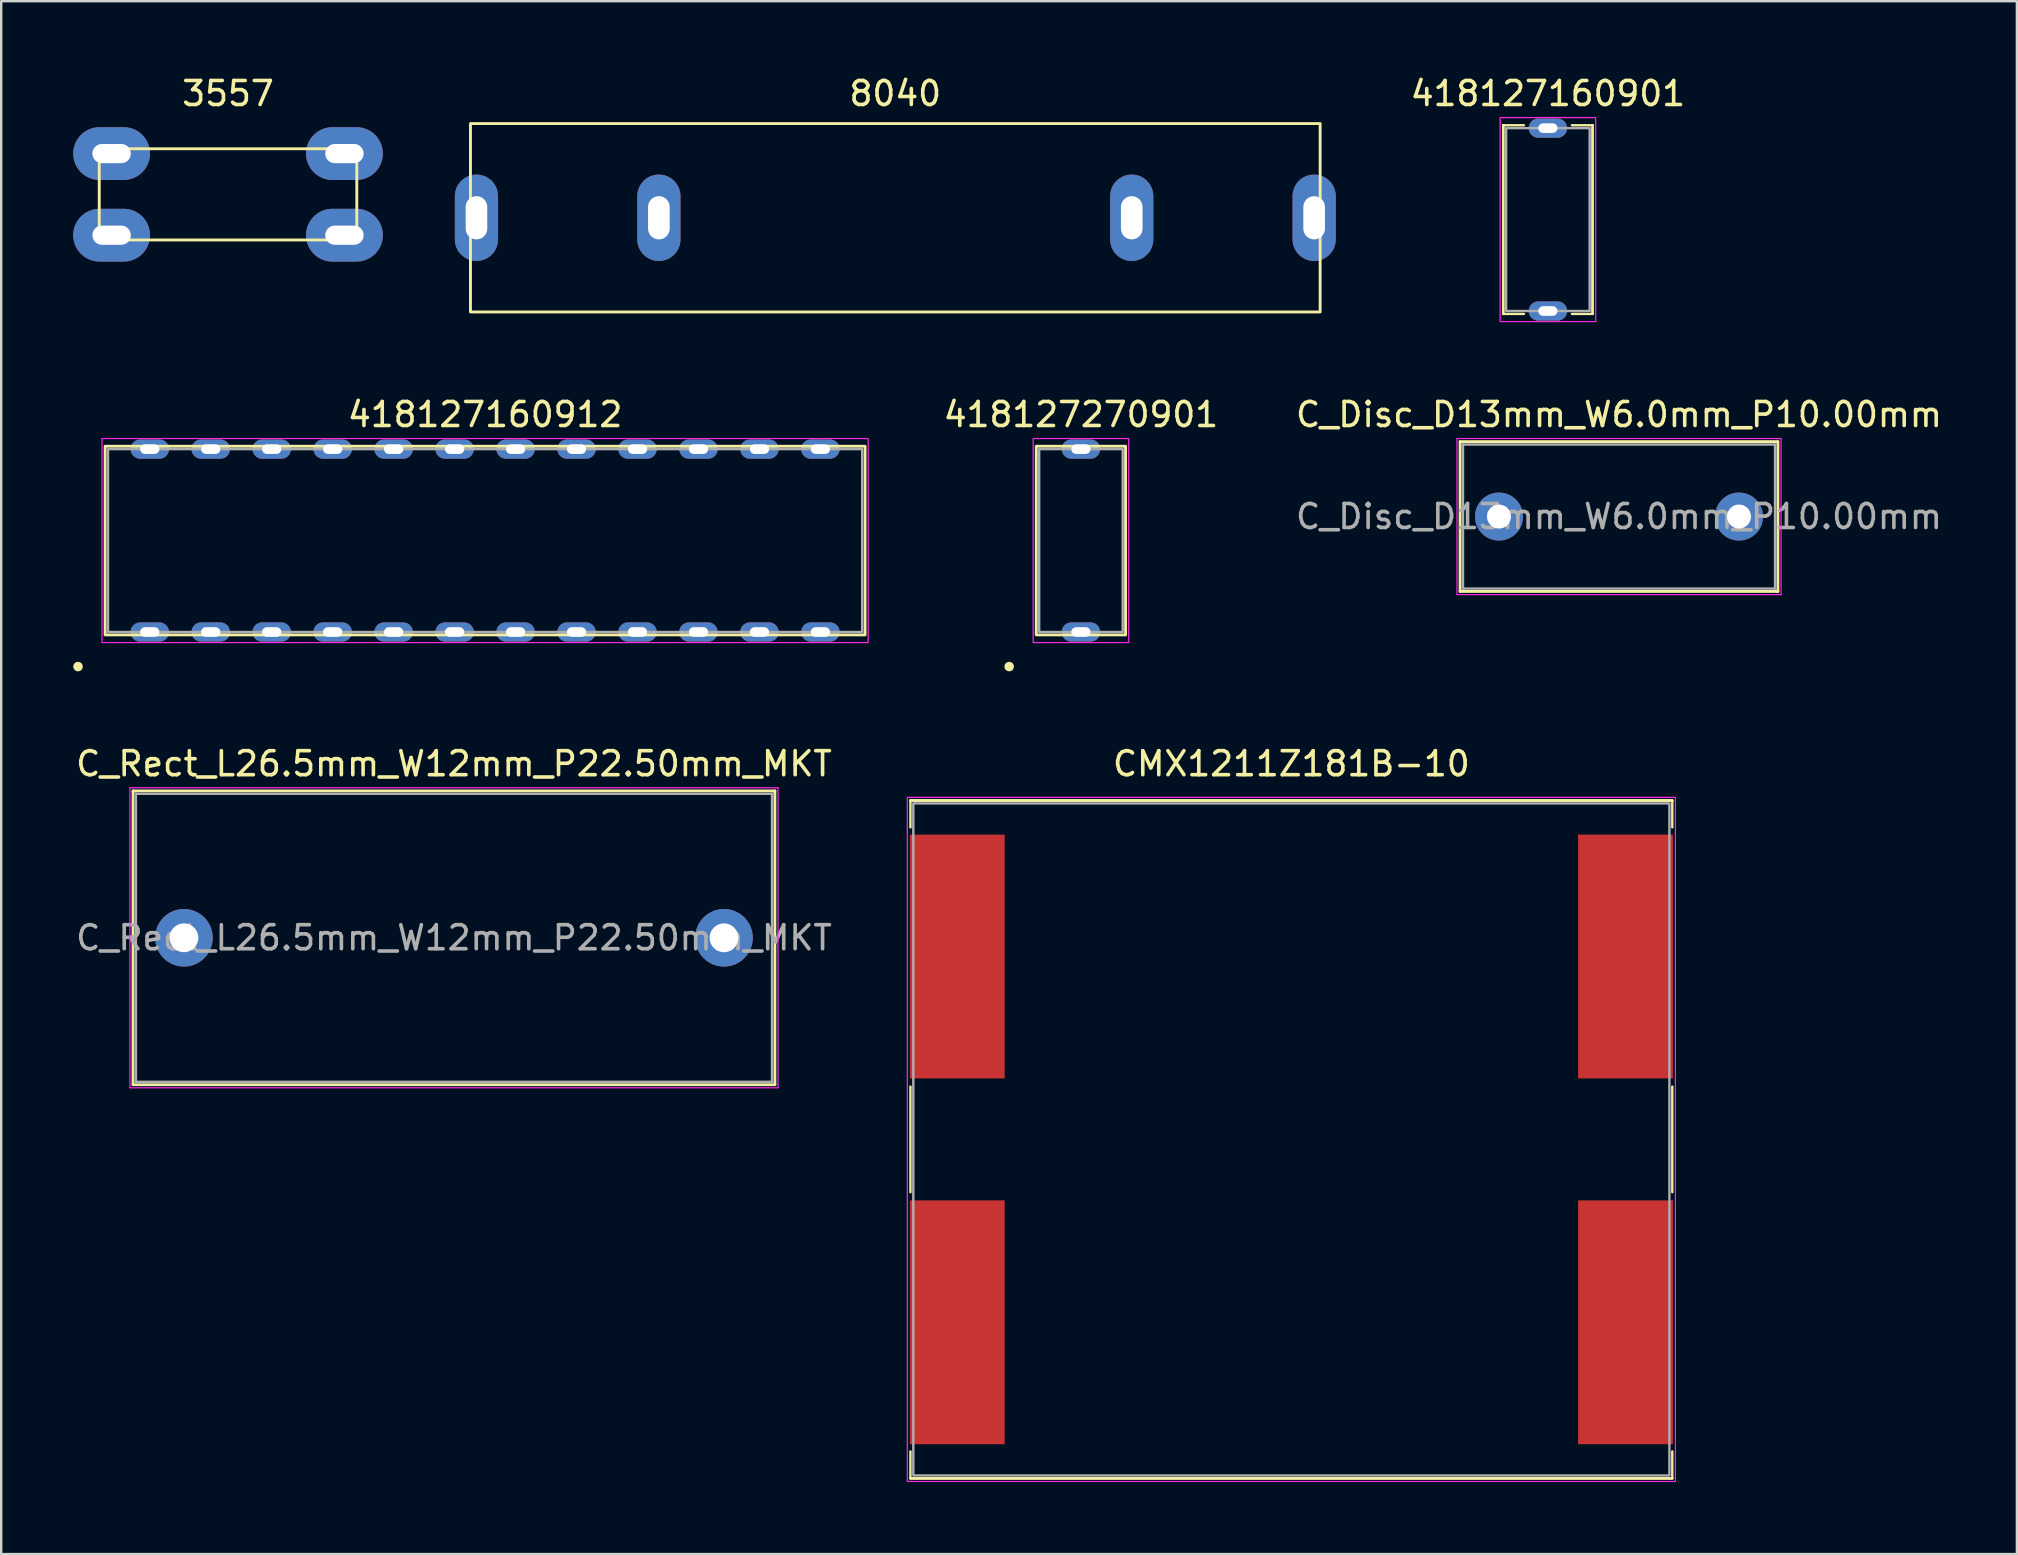
<source format=kicad_pcb>
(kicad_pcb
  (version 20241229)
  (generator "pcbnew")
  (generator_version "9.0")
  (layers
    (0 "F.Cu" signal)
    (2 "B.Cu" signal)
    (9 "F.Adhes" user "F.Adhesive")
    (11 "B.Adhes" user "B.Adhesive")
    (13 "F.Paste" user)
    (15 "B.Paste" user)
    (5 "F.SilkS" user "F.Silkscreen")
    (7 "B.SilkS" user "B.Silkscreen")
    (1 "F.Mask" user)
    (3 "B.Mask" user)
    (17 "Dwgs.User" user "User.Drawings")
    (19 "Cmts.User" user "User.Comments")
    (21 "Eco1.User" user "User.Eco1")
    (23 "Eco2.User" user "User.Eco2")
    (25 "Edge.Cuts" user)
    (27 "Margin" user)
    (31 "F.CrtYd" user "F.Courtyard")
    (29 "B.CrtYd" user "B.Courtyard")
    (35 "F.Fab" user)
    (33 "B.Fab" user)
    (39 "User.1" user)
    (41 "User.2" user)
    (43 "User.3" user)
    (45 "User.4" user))
  (footprint "C_Rect_L26.5mm_W12mm_P22.50mm_MKT"
    (layer "F.Cu")
    (at 15.863 36.02)
    (property "Reference" "C_Rect_L26.5mm_W12mm_P22.50mm_MKT" (at 0 -7.25 0) (layer "F.SilkS") (effects (font (size 1 1) (thickness 0.15))))
    (attr through_hole)
    (fp_line (start -13.37 -6.12) (end -13.37 6.12) (stroke (width 0.12) (type solid)) (layer "F.SilkS"))
    (fp_line (start -13.37 -6.12) (end 13.37 -6.12) (stroke (width 0.12) (type solid)) (layer "F.SilkS"))
    (fp_line (start -13.37 6.12) (end 13.37 6.12) (stroke (width 0.12) (type solid)) (layer "F.SilkS"))
    (fp_line (start 13.37 -6.12) (end 13.37 6.12) (stroke (width 0.12) (type solid)) (layer "F.SilkS"))
    (fp_line (start -13.5 -6.25) (end -13.5 6.25) (stroke (width 0.05) (type solid)) (layer "F.CrtYd"))
    (fp_line (start -13.5 6.25) (end 13.5 6.25) (stroke (width 0.05) (type solid)) (layer "F.CrtYd"))
    (fp_line (start 13.5 -6.25) (end -13.5 -6.25) (stroke (width 0.05) (type solid)) (layer "F.CrtYd"))
    (fp_line (start 13.5 6.25) (end 13.5 -6.25) (stroke (width 0.05) (type solid)) (layer "F.CrtYd"))
    (fp_line (start -13.25 -6) (end -13.25 6) (stroke (width 0.1) (type solid)) (layer "F.Fab"))
    (fp_line (start -13.25 6) (end 13.25 6) (stroke (width 0.1) (type solid)) (layer "F.Fab"))
    (fp_line (start 13.25 -6) (end -13.25 -6) (stroke (width 0.1) (type solid)) (layer "F.Fab"))
    (fp_line (start 13.25 6) (end 13.25 -6) (stroke (width 0.1) (type solid)) (layer "F.Fab"))
    (fp_text user "${REFERENCE}" (at 0 0 0) (layer "F.Fab") (effects (font (size 1 1) (thickness 0.15))))
    (pad "1" thru_hole circle (at -11.25 0) (size 2.4 2.4) (drill 1.2) (layers "*.Cu" "*.Mask"))
    (pad "2" thru_hole circle (at 11.25 0) (size 2.4 2.4) (drill 1.2) (layers "*.Cu" "*.Mask")))
  (footprint "CMX1211Z181B-10"
    (layer "F.Cu")
    (at 50.751 44.42)
    (property "Reference" "CMX1211Z181B-10" (at 0 -15.65 0) (unlocked yes) (layer "F.SilkS") (effects (font (size 1 1) (thickness 0.15))))
    (attr smd)
    (fp_line (start -15.87 -14.12) (end -15.87 -13) (stroke (width 0.1) (type solid)) (layer "F.SilkS"))
    (fp_line (start -15.87 -2.2) (end -15.87 2.2) (stroke (width 0.1) (type solid)) (layer "F.SilkS"))
    (fp_line (start -15.87 13) (end -15.87 14.12) (stroke (width 0.1) (type solid)) (layer "F.SilkS"))
    (fp_line (start -15.87 14.12) (end 15.87 14.12) (stroke (width 0.1) (type solid)) (layer "F.SilkS"))
    (fp_line (start -15.87 14.12) (end 15.87 14.12) (stroke (width 0.1) (type solid)) (layer "F.SilkS"))
    (fp_line (start -15.87 14.12) (end 15.87 14.12) (stroke (width 0.1) (type solid)) (layer "F.SilkS"))
    (fp_line (start 15.87 -14.12) (end -15.87 -14.12) (stroke (width 0.1) (type solid)) (layer "F.SilkS"))
    (fp_line (start 15.87 -14.12) (end -15.87 -14.12) (stroke (width 0.1) (type solid)) (layer "F.SilkS"))
    (fp_line (start 15.87 -14.12) (end -15.87 -14.12) (stroke (width 0.1) (type solid)) (layer "F.SilkS"))
    (fp_line (start 15.87 -13) (end 15.87 -14.12) (stroke (width 0.1) (type solid)) (layer "F.SilkS"))
    (fp_line (start 15.87 2.2) (end 15.87 -2.2) (stroke (width 0.1) (type solid)) (layer "F.SilkS"))
    (fp_line (start 15.87 14.12) (end 15.87 13) (stroke (width 0.1) (type solid)) (layer "F.SilkS"))
    (fp_rect (start 16 -14.25) (end -16 14.25) (stroke (width 0.05) (type solid)) (fill no) (layer "F.CrtYd"))
    (fp_rect (start -15.75 -14) (end 15.75 14) (stroke (width 0.1) (type solid)) (fill no) (layer "F.Fab"))
    (pad "1" smd rect (at -13.92 -7.62) (size 3.95 10.16) (layers "F.Cu" "F.Mask" "F.Paste"))
    (pad "2" smd rect (at 13.92 -7.62) (size 3.95 10.16) (layers "F.Cu" "F.Mask" "F.Paste"))
    (pad "3" smd rect (at 13.92 7.62) (size 3.95 10.16) (layers "F.Cu" "F.Mask" "F.Paste"))
    (pad "4" smd rect (at -13.92 7.62) (size 3.95 10.16) (layers "F.Cu" "F.Mask" "F.Paste")))
  (footprint "3557"
    (layer "F.Cu")
    (at 6.45 5.048)
    (property "Reference" "3557" (at 0 -4.2 0) (unlocked yes) (layer "F.SilkS") (effects (font (size 1 1) (thickness 0.15))))
    (attr through_hole)
    (fp_rect (start -5.365 -1.9) (end 5.365 1.9) (stroke (width 0.12) (type solid)) (fill no) (layer "F.SilkS"))
    (pad "1" thru_hole oval (at -4.85 -1.7) (size 3.2 2.2) (drill oval 1.6 0.8) (layers "*.Cu" "*.Mask"))
    (pad "1" thru_hole oval (at -4.85 1.7) (size 3.2 2.2) (drill oval 1.6 0.8) (layers "*.Cu" "*.Mask"))
    (pad "2" thru_hole oval (at 4.85 -1.7) (size 3.2 2.2) (drill oval 1.6 0.8) (layers "*.Cu" "*.Mask"))
    (pad "2" thru_hole oval (at 4.85 1.7) (size 3.2 2.2) (drill oval 1.6 0.8) (layers "*.Cu" "*.Mask")))
  (footprint "418127270901"
    (layer "F.Cu")
    (at 41.984 19.471)
    (property "Reference" "418127270901" (at 0 -5.25 0) (unlocked yes) (layer "F.SilkS") (effects (font (size 1 1) (thickness 0.15))))
    (attr through_hole)
    (fp_rect (start -1.86 -3.93) (end 1.86 3.93) (stroke (width 0.12) (type solid)) (fill no) (layer "F.SilkS"))
    (fp_circle (center -2.99 5.25) (end -2.89 5.25) (stroke (width 0.2) (type solid)) (fill no) (layer "F.SilkS"))
    (fp_rect (start -1.99 -4.25) (end 1.99 4.25) (stroke (width 0.05) (type solid)) (fill no) (layer "F.CrtYd"))
    (fp_rect (start -1.74 -3.81) (end 1.74 3.81) (stroke (width 0.1) (type solid)) (fill no) (layer "F.Fab"))
    (pad "1" thru_hole oval (at 0 3.81 180) (size 1.6 0.8) (drill oval 0.8 0.4) (layers "*.Cu" "*.Mask"))
    (pad "2" thru_hole oval (at 0 -3.81 180) (size 1.6 0.8) (drill oval 0.8 0.4) (layers "*.Cu" "*.Mask")))
  (footprint "418127160912"
    (layer "F.Cu")
    (at 17.16 19.471)
    (property "Reference" "418127160912" (at 0 -5.25 0) (unlocked yes) (layer "F.SilkS") (effects (font (size 1 1) (thickness 0.15))))
    (attr through_hole)
    (fp_rect (start -15.83 -3.93) (end 15.83 3.93) (stroke (width 0.12) (type solid)) (fill no) (layer "F.SilkS"))
    (fp_circle (center -16.96 5.25) (end -16.86 5.25) (stroke (width 0.2) (type solid)) (fill no) (layer "F.SilkS"))
    (fp_rect (start -15.96 -4.25) (end 15.96 4.25) (stroke (width 0.05) (type solid)) (fill no) (layer "F.CrtYd"))
    (fp_rect (start -15.71 -3.81) (end 15.71 3.81) (stroke (width 0.1) (type solid)) (fill no) (layer "F.Fab"))
    (pad "1" thru_hole oval (at -13.97 3.81 180) (size 1.6 0.8) (drill oval 0.8 0.4) (layers "*.Cu" "*.Mask"))
    (pad "2" thru_hole oval (at -11.43 3.81 180) (size 1.6 0.8) (drill oval 0.8 0.4) (layers "*.Cu" "*.Mask"))
    (pad "3" thru_hole oval (at -8.89 3.81 180) (size 1.6 0.8) (drill oval 0.8 0.4) (layers "*.Cu" "*.Mask"))
    (pad "4" thru_hole oval (at -6.35 3.81 180) (size 1.6 0.8) (drill oval 0.8 0.4) (layers "*.Cu" "*.Mask"))
    (pad "5" thru_hole oval (at -3.81 3.81 180) (size 1.6 0.8) (drill oval 0.8 0.4) (layers "*.Cu" "*.Mask"))
    (pad "6" thru_hole oval (at -1.27 3.81 180) (size 1.6 0.8) (drill oval 0.8 0.4) (layers "*.Cu" "*.Mask"))
    (pad "7" thru_hole oval (at 1.27 3.81 180) (size 1.6 0.8) (drill oval 0.8 0.4) (layers "*.Cu" "*.Mask"))
    (pad "8" thru_hole oval (at 3.81 3.81 180) (size 1.6 0.8) (drill oval 0.8 0.4) (layers "*.Cu" "*.Mask"))
    (pad "9" thru_hole oval (at 6.35 3.81 180) (size 1.6 0.8) (drill oval 0.8 0.4) (layers "*.Cu" "*.Mask"))
    (pad "10" thru_hole oval (at 8.89 3.81 180) (size 1.6 0.8) (drill oval 0.8 0.4) (layers "*.Cu" "*.Mask"))
    (pad "11" thru_hole oval (at 11.43 3.81 180) (size 1.6 0.8) (drill oval 0.8 0.4) (layers "*.Cu" "*.Mask"))
    (pad "12" thru_hole oval (at 13.97 3.81 180) (size 1.6 0.8) (drill oval 0.8 0.4) (layers "*.Cu" "*.Mask"))
    (pad "13" thru_hole oval (at 13.97 -3.81 180) (size 1.6 0.8) (drill oval 0.8 0.4) (layers "*.Cu" "*.Mask"))
    (pad "14" thru_hole oval (at 11.43 -3.81 180) (size 1.6 0.8) (drill oval 0.8 0.4) (layers "*.Cu" "*.Mask"))
    (pad "15" thru_hole oval (at 8.89 -3.81 180) (size 1.6 0.8) (drill oval 0.8 0.4) (layers "*.Cu" "*.Mask"))
    (pad "16" thru_hole oval (at 6.35 -3.81 180) (size 1.6 0.8) (drill oval 0.8 0.4) (layers "*.Cu" "*.Mask"))
    (pad "17" thru_hole oval (at 3.81 -3.81 180) (size 1.6 0.8) (drill oval 0.8 0.4) (layers "*.Cu" "*.Mask"))
    (pad "18" thru_hole oval (at 1.27 -3.81 180) (size 1.6 0.8) (drill oval 0.8 0.4) (layers "*.Cu" "*.Mask"))
    (pad "19" thru_hole oval (at -1.27 -3.81 180) (size 1.6 0.8) (drill oval 0.8 0.4) (layers "*.Cu" "*.Mask"))
    (pad "20" thru_hole oval (at -3.81 -3.81 180) (size 1.6 0.8) (drill oval 0.8 0.4) (layers "*.Cu" "*.Mask"))
    (pad "21" thru_hole oval (at -6.35 -3.81 180) (size 1.6 0.8) (drill oval 0.8 0.4) (layers "*.Cu" "*.Mask"))
    (pad "22" thru_hole oval (at -8.89 -3.81 180) (size 1.6 0.8) (drill oval 0.8 0.4) (layers "*.Cu" "*.Mask"))
    (pad "23" thru_hole oval (at -11.43 -3.81 180) (size 1.6 0.8) (drill oval 0.8 0.4) (layers "*.Cu" "*.Mask"))
    (pad "24" thru_hole oval (at -13.97 -3.81 180) (size 1.6 0.8) (drill oval 0.8 0.4) (layers "*.Cu" "*.Mask")))
  (footprint "C_Disc_D13mm_W6.0mm_P10.00mm"
    (layer "F.Cu")
    (at 64.401 18.471)
    (property "Reference" "C_Disc_D13mm_W6.0mm_P10.00mm" (at 0 -4.25 0) (layer "F.SilkS") (effects (font (size 1 1) (thickness 0.15))))
    (attr through_hole)
    (fp_line (start -6.62 -3.12) (end -6.62 3.12) (stroke (width 0.12) (type solid)) (layer "F.SilkS"))
    (fp_line (start -6.62 -3.12) (end 6.62 -3.12) (stroke (width 0.12) (type solid)) (layer "F.SilkS"))
    (fp_line (start -6.62 3.12) (end 6.62 3.12) (stroke (width 0.12) (type solid)) (layer "F.SilkS"))
    (fp_line (start 6.62 -3.12) (end 6.62 3.12) (stroke (width 0.12) (type solid)) (layer "F.SilkS"))
    (fp_line (start -6.75 -3.25) (end -6.75 3.25) (stroke (width 0.05) (type solid)) (layer "F.CrtYd"))
    (fp_line (start -6.75 3.25) (end 6.75 3.25) (stroke (width 0.05) (type solid)) (layer "F.CrtYd"))
    (fp_line (start 6.75 -3.25) (end -6.75 -3.25) (stroke (width 0.05) (type solid)) (layer "F.CrtYd"))
    (fp_line (start 6.75 3.25) (end 6.75 -3.25) (stroke (width 0.05) (type solid)) (layer "F.CrtYd"))
    (fp_line (start -6.5 -3) (end -6.5 3) (stroke (width 0.1) (type solid)) (layer "F.Fab"))
    (fp_line (start -6.5 3) (end 6.5 3) (stroke (width 0.1) (type solid)) (layer "F.Fab"))
    (fp_line (start 6.5 -3) (end -6.5 -3) (stroke (width 0.1) (type solid)) (layer "F.Fab"))
    (fp_line (start 6.5 3) (end 6.5 -3) (stroke (width 0.1) (type solid)) (layer "F.Fab"))
    (fp_text user "${REFERENCE}" (at 0 0 0) (layer "F.Fab") (effects (font (size 1 1) (thickness 0.15))))
    (pad "1" thru_hole circle (at -5 0) (size 2 2) (drill 1) (layers "*.Cu" "*.Mask"))
    (pad "2" thru_hole circle (at 5 0) (size 2 2) (drill 1) (layers "*.Cu" "*.Mask")))
  (footprint "8040"
    (layer "F.Cu")
    (at 34.25 6.023)
    (property "Reference" "8040" (at 0 -5.175 0) (unlocked yes) (layer "F.SilkS") (effects (font (size 1 1) (thickness 0.15))))
    (attr through_hole)
    (fp_rect (start -17.7 -3.925) (end 17.7 3.925) (stroke (width 0.12) (type solid)) (fill no) (layer "F.SilkS"))
    (pad "1" thru_hole oval (at -17.45 0) (size 1.8 3.6) (drill oval 0.9 1.8) (layers "*.Cu" "*.Mask"))
    (pad "1" thru_hole oval (at -9.85 0) (size 1.8 3.6) (drill oval 0.9 1.8) (layers "*.Cu" "*.Mask"))
    (pad "2" thru_hole oval (at 9.85 0) (size 1.8 3.6) (drill oval 0.9 1.8) (layers "*.Cu" "*.Mask"))
    (pad "2" thru_hole oval (at 17.45 0) (size 1.8 3.6) (drill oval 0.9 1.8) (layers "*.Cu" "*.Mask")))
  (footprint "418127160901"
    (layer "F.Cu")
    (at 61.439 6.098)
    (property "Reference" "418127160901" (at 0 -5.25 0) (unlocked yes) (layer "F.SilkS") (effects (font (size 1 1) (thickness 0.15))))
    (attr through_hole)
    (fp_line (start -1.86 -3.93) (end -1 -3.93) (stroke (width 0.1) (type solid)) (layer "F.SilkS"))
    (fp_line (start -1.86 3.93) (end -1.86 -3.93) (stroke (width 0.1) (type solid)) (layer "F.SilkS"))
    (fp_line (start -1.86 3.93) (end -1.86 -3.93) (stroke (width 0.1) (type solid)) (layer "F.SilkS"))
    (fp_line (start -1 3.93) (end -1.86 3.93) (stroke (width 0.1) (type solid)) (layer "F.SilkS"))
    (fp_line (start 1 -3.93) (end 1.86 -3.93) (stroke (width 0.1) (type solid)) (layer "F.SilkS"))
    (fp_line (start 1.86 -3.93) (end 1.86 3.93) (stroke (width 0.1) (type solid)) (layer "F.SilkS"))
    (fp_line (start 1.86 -3.93) (end 1.86 3.93) (stroke (width 0.1) (type solid)) (layer "F.SilkS"))
    (fp_line (start 1.86 3.93) (end 1 3.93) (stroke (width 0.1) (type solid)) (layer "F.SilkS"))
    (fp_rect (start -1.99 -4.25) (end 1.99 4.25) (stroke (width 0.05) (type solid)) (fill no) (layer "F.CrtYd"))
    (fp_rect (start -1.74 -3.81) (end 1.74 3.81) (stroke (width 0.1) (type solid)) (fill no) (layer "F.Fab"))
    (pad "1" thru_hole oval (at 0 3.81 180) (size 1.6 0.8) (drill oval 0.8 0.4) (layers "*.Cu" "*.Mask"))
    (pad "2" thru_hole oval (at 0 -3.81 180) (size 1.6 0.8) (drill oval 0.8 0.4) (layers "*.Cu" "*.Mask")))
  (gr_rect
    (start -3 -3)
    (end 80.978 61.695)
    (stroke (width 0.1) (type default))
    (fill no)
    (layer "Edge.Cuts")))
</source>
